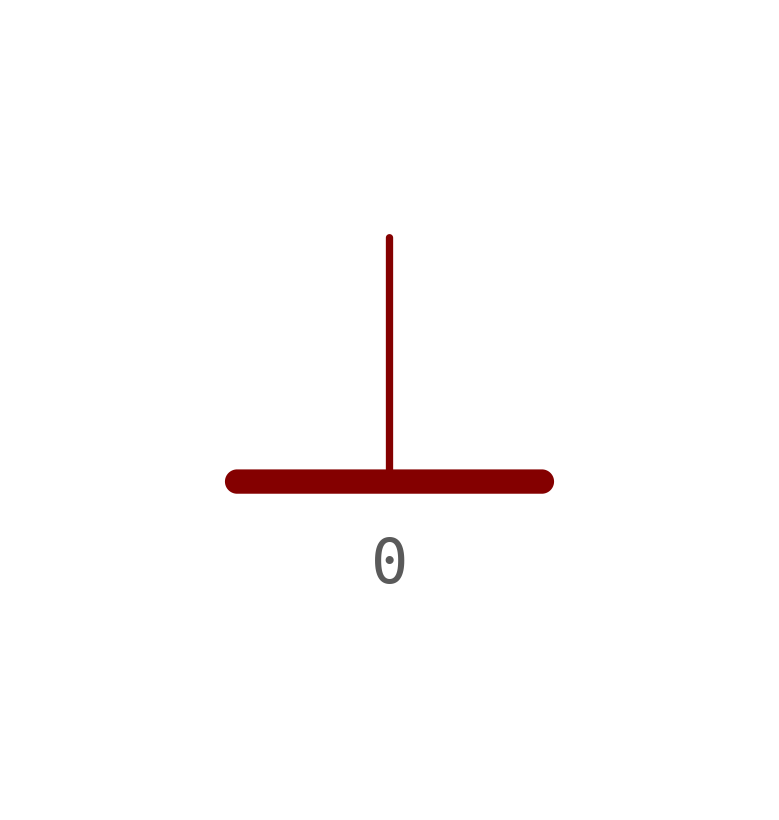
<source format=kicad_sym>
(kicad_symbol_lib
  (version 20211014)
  (generator kicad_symbol_editor)
  (symbol "0"
    (power)
    (pin_numbers hide)
    (pin_names
      (offset 0))
    (property "Reference" "GND"
      (at 0 -2.54 0)
      (effects (font (size 1.778 1.778)) hide))
    (symbol "0_0_1"
      (polyline (pts (xy -3.175 0) (xy 3.175 0)) (stroke (width 0.508) (type default) (color 0 0 0 0)) (fill (type none)))
      (polyline (pts (xy 0 5.08) (xy 0 0)) (stroke (width 0) (type default) (color 0 0 0 0)) (fill (type none))))
    (symbol "0_1_1"
      (pin power_in line (at 0 5.08 270) (length 5.08) hide (name "0" (effects (font (size 1.27 1.27)))) (number "1" (effects (font (size 1.27 1.27))))))))
</source>
